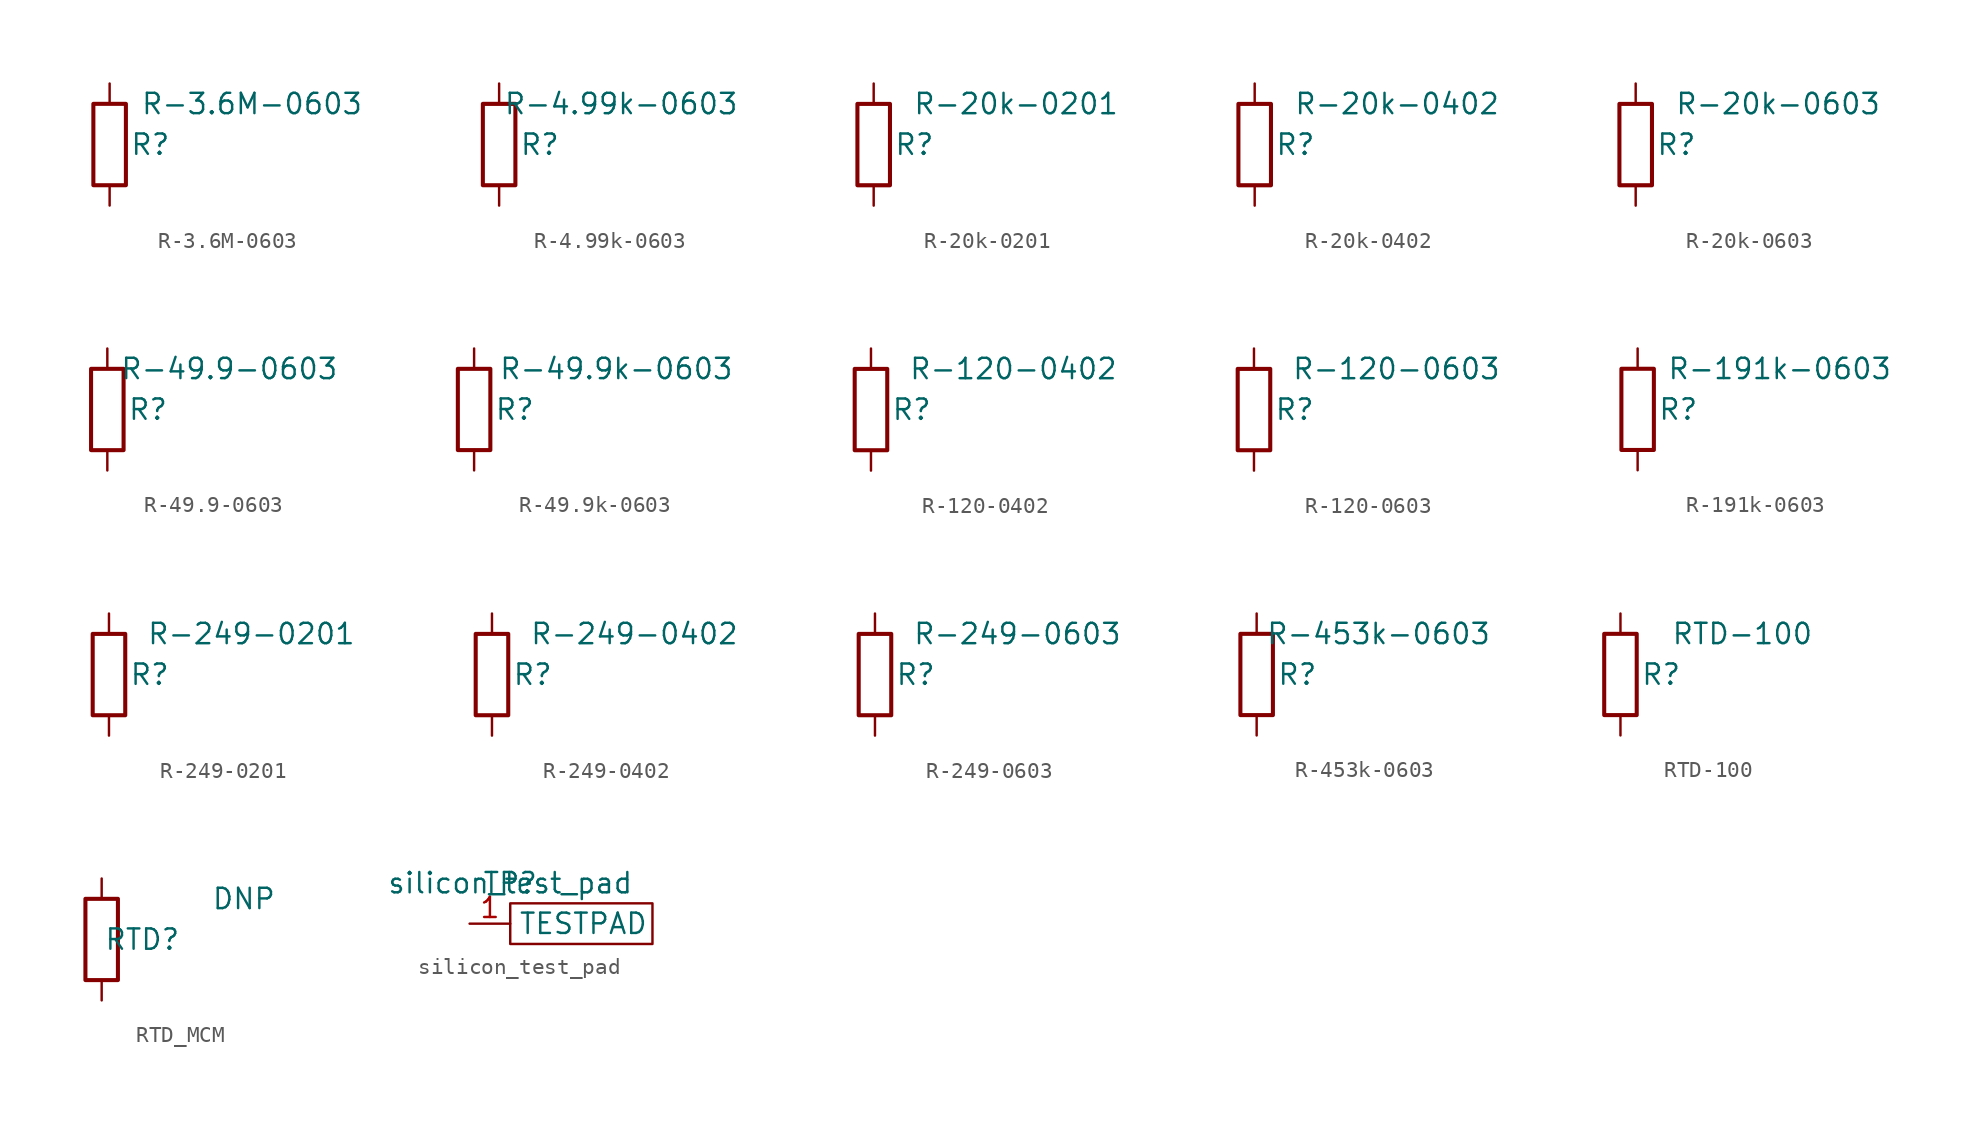
<source format=kicad_sym>
(kicad_symbol_lib
  (version 20220914)
  (generator kicad_symbol_editor)
  (symbol "R-3.6M-0603"
    (pin_numbers hide)
    (pin_names
      (offset 0))
    (property "Reference" "R"
      (at 2.54 0 0)
      (effects (font (size 1.27 1.27))))
    (property "Value" "R-3.6M-0603"
      (at 8.89 2.54 0)
      (effects (font (size 1.27 1.27))))
    (symbol "R-3.6M-0603_0_1"
      (rectangle (start -1.016 -2.54) (end 1.016 2.54) (stroke (width 0.254) (type default)) (fill (type none))))
    (symbol "R-3.6M-0603_1_1"
      (pin passive line (at 0 3.81 270) (length 1.27) (name "~" (effects (font (size 1.27 1.27)))) (number "1" (effects (font (size 1.27 1.27)))))
      (pin passive line (at 0 -3.81 90) (length 1.27) (name "~" (effects (font (size 1.27 1.27)))) (number "2" (effects (font (size 1.27 1.27)))))))
  (symbol "R-4.99k-0603"
    (pin_numbers hide)
    (pin_names
      (offset 0))
    (property "Reference" "R"
      (at 2.54 0 0)
      (effects (font (size 1.27 1.27))))
    (property "Value" "R-4.99k-0603"
      (at 7.62 2.54 0)
      (effects (font (size 1.27 1.27))))
    (symbol "R-4.99k-0603_0_1"
      (rectangle (start -1.016 -2.54) (end 1.016 2.54) (stroke (width 0.254) (type default)) (fill (type none))))
    (symbol "R-4.99k-0603_1_1"
      (pin passive line (at 0 3.81 270) (length 1.27) (name "~" (effects (font (size 1.27 1.27)))) (number "1" (effects (font (size 1.27 1.27)))))
      (pin passive line (at 0 -3.81 90) (length 1.27) (name "~" (effects (font (size 1.27 1.27)))) (number "2" (effects (font (size 1.27 1.27)))))))
  (symbol "R-20k-0201"
    (pin_numbers hide)
    (pin_names
      (offset 0))
    (property "Reference" "R"
      (at 2.54 0 0)
      (effects (font (size 1.27 1.27))))
    (property "Value" "R-20k-0201"
      (at 8.89 2.54 0)
      (effects (font (size 1.27 1.27))))
    (symbol "R-20k-0201_0_1"
      (rectangle (start -1.016 -2.54) (end 1.016 2.54) (stroke (width 0.254) (type default)) (fill (type none))))
    (symbol "R-20k-0201_1_1"
      (pin passive line (at 0 3.81 270) (length 1.27) (name "~" (effects (font (size 1.27 1.27)))) (number "1" (effects (font (size 1.27 1.27)))))
      (pin passive line (at 0 -3.81 90) (length 1.27) (name "~" (effects (font (size 1.27 1.27)))) (number "2" (effects (font (size 1.27 1.27)))))))
  (symbol "R-20k-0402"
    (pin_numbers hide)
    (pin_names
      (offset 0))
    (property "Reference" "R"
      (at 2.54 0 0)
      (effects (font (size 1.27 1.27))))
    (property "Value" "R-20k-0402"
      (at 8.89 2.54 0)
      (effects (font (size 1.27 1.27))))
    (symbol "R-20k-0402_0_1"
      (rectangle (start -1.016 -2.54) (end 1.016 2.54) (stroke (width 0.254) (type default)) (fill (type none))))
    (symbol "R-20k-0402_1_1"
      (pin passive line (at 0 3.81 270) (length 1.27) (name "~" (effects (font (size 1.27 1.27)))) (number "1" (effects (font (size 1.27 1.27)))))
      (pin passive line (at 0 -3.81 90) (length 1.27) (name "~" (effects (font (size 1.27 1.27)))) (number "2" (effects (font (size 1.27 1.27)))))))
  (symbol "R-20k-0603"
    (pin_numbers hide)
    (pin_names
      (offset 0))
    (property "Reference" "R"
      (at 2.54 0 0)
      (effects (font (size 1.27 1.27))))
    (property "Value" "R-20k-0603"
      (at 8.89 2.54 0)
      (effects (font (size 1.27 1.27))))
    (symbol "R-20k-0603_0_1"
      (rectangle (start -1.016 -2.54) (end 1.016 2.54) (stroke (width 0.254) (type default)) (fill (type none))))
    (symbol "R-20k-0603_1_1"
      (pin passive line (at 0 3.81 270) (length 1.27) (name "~" (effects (font (size 1.27 1.27)))) (number "1" (effects (font (size 1.27 1.27)))))
      (pin passive line (at 0 -3.81 90) (length 1.27) (name "~" (effects (font (size 1.27 1.27)))) (number "2" (effects (font (size 1.27 1.27)))))))
  (symbol "R-49.9-0603"
    (pin_numbers hide)
    (pin_names
      (offset 0))
    (property "Reference" "R"
      (at 2.54 0 0)
      (effects (font (size 1.27 1.27))))
    (property "Value" "R-49.9-0603"
      (at 7.62 2.54 0)
      (effects (font (size 1.27 1.27))))
    (symbol "R-49.9-0603_0_1"
      (rectangle (start -1.016 -2.54) (end 1.016 2.54) (stroke (width 0.254) (type default)) (fill (type none))))
    (symbol "R-49.9-0603_1_1"
      (pin passive line (at 0 3.81 270) (length 1.27) (name "~" (effects (font (size 1.27 1.27)))) (number "1" (effects (font (size 1.27 1.27)))))
      (pin passive line (at 0 -3.81 90) (length 1.27) (name "~" (effects (font (size 1.27 1.27)))) (number "2" (effects (font (size 1.27 1.27)))))))
  (symbol "R-49.9k-0603"
    (pin_numbers hide)
    (pin_names
      (offset 0))
    (property "Reference" "R"
      (at 2.54 0 0)
      (effects (font (size 1.27 1.27))))
    (property "Value" "R-49.9k-0603"
      (at 8.89 2.54 0)
      (effects (font (size 1.27 1.27))))
    (symbol "R-49.9k-0603_0_1"
      (rectangle (start -1.016 -2.54) (end 1.016 2.54) (stroke (width 0.254) (type default)) (fill (type none))))
    (symbol "R-49.9k-0603_1_1"
      (pin passive line (at 0 3.81 270) (length 1.27) (name "~" (effects (font (size 1.27 1.27)))) (number "1" (effects (font (size 1.27 1.27)))))
      (pin passive line (at 0 -3.81 90) (length 1.27) (name "~" (effects (font (size 1.27 1.27)))) (number "2" (effects (font (size 1.27 1.27)))))))
  (symbol "R-120-0402"
    (pin_numbers hide)
    (pin_names
      (offset 0))
    (property "Reference" "R"
      (at 2.54 0 0)
      (effects (font (size 1.27 1.27))))
    (property "Value" "R-120-0402"
      (at 8.89 2.54 0)
      (effects (font (size 1.27 1.27))))
    (symbol "R-120-0402_0_1"
      (rectangle (start -1.016 -2.54) (end 1.016 2.54) (stroke (width 0.254) (type default)) (fill (type none))))
    (symbol "R-120-0402_1_1"
      (pin passive line (at 0 3.81 270) (length 1.27) (name "~" (effects (font (size 1.27 1.27)))) (number "1" (effects (font (size 1.27 1.27)))))
      (pin passive line (at 0 -3.81 90) (length 1.27) (name "~" (effects (font (size 1.27 1.27)))) (number "2" (effects (font (size 1.27 1.27)))))))
  (symbol "R-120-0603"
    (pin_numbers hide)
    (pin_names
      (offset 0))
    (property "Reference" "R"
      (at 2.54 0 0)
      (effects (font (size 1.27 1.27))))
    (property "Value" "R-120-0603"
      (at 8.89 2.54 0)
      (effects (font (size 1.27 1.27))))
    (symbol "R-120-0603_0_1"
      (rectangle (start -1.016 -2.54) (end 1.016 2.54) (stroke (width 0.254) (type default)) (fill (type none))))
    (symbol "R-120-0603_1_1"
      (pin passive line (at 0 3.81 270) (length 1.27) (name "~" (effects (font (size 1.27 1.27)))) (number "1" (effects (font (size 1.27 1.27)))))
      (pin passive line (at 0 -3.81 90) (length 1.27) (name "~" (effects (font (size 1.27 1.27)))) (number "2" (effects (font (size 1.27 1.27)))))))
  (symbol "R-191k-0603"
    (pin_numbers hide)
    (pin_names
      (offset 0))
    (property "Reference" "R"
      (at 2.54 0 0)
      (effects (font (size 1.27 1.27))))
    (property "Value" "R-191k-0603"
      (at 8.89 2.54 0)
      (effects (font (size 1.27 1.27))))
    (symbol "R-191k-0603_0_1"
      (rectangle (start -1.016 -2.54) (end 1.016 2.54) (stroke (width 0.254) (type default)) (fill (type none))))
    (symbol "R-191k-0603_1_1"
      (pin passive line (at 0 3.81 270) (length 1.27) (name "~" (effects (font (size 1.27 1.27)))) (number "1" (effects (font (size 1.27 1.27)))))
      (pin passive line (at 0 -3.81 90) (length 1.27) (name "~" (effects (font (size 1.27 1.27)))) (number "2" (effects (font (size 1.27 1.27)))))))
  (symbol "R-249-0201"
    (pin_numbers hide)
    (pin_names
      (offset 0))
    (property "Reference" "R"
      (at 2.54 0 0)
      (effects (font (size 1.27 1.27))))
    (property "Value" "R-249-0201"
      (at 8.89 2.54 0)
      (effects (font (size 1.27 1.27))))
    (symbol "R-249-0201_0_1"
      (rectangle (start -1.016 -2.54) (end 1.016 2.54) (stroke (width 0.254) (type default)) (fill (type none))))
    (symbol "R-249-0201_1_1"
      (pin passive line (at 0 3.81 270) (length 1.27) (name "~" (effects (font (size 1.27 1.27)))) (number "1" (effects (font (size 1.27 1.27)))))
      (pin passive line (at 0 -3.81 90) (length 1.27) (name "~" (effects (font (size 1.27 1.27)))) (number "2" (effects (font (size 1.27 1.27)))))))
  (symbol "R-249-0402"
    (pin_numbers hide)
    (pin_names
      (offset 0))
    (property "Reference" "R"
      (at 2.54 0 0)
      (effects (font (size 1.27 1.27))))
    (property "Value" "R-249-0402"
      (at 8.89 2.54 0)
      (effects (font (size 1.27 1.27))))
    (symbol "R-249-0402_0_1"
      (rectangle (start -1.016 -2.54) (end 1.016 2.54) (stroke (width 0.254) (type default)) (fill (type none))))
    (symbol "R-249-0402_1_1"
      (pin passive line (at 0 3.81 270) (length 1.27) (name "~" (effects (font (size 1.27 1.27)))) (number "1" (effects (font (size 1.27 1.27)))))
      (pin passive line (at 0 -3.81 90) (length 1.27) (name "~" (effects (font (size 1.27 1.27)))) (number "2" (effects (font (size 1.27 1.27)))))))
  (symbol "R-249-0603"
    (pin_numbers hide)
    (pin_names
      (offset 0))
    (property "Reference" "R"
      (at 2.54 0 0)
      (effects (font (size 1.27 1.27))))
    (property "Value" "R-249-0603"
      (at 8.89 2.54 0)
      (effects (font (size 1.27 1.27))))
    (symbol "R-249-0603_0_1"
      (rectangle (start -1.016 -2.54) (end 1.016 2.54) (stroke (width 0.254) (type default)) (fill (type none))))
    (symbol "R-249-0603_1_1"
      (pin passive line (at 0 3.81 270) (length 1.27) (name "~" (effects (font (size 1.27 1.27)))) (number "1" (effects (font (size 1.27 1.27)))))
      (pin passive line (at 0 -3.81 90) (length 1.27) (name "~" (effects (font (size 1.27 1.27)))) (number "2" (effects (font (size 1.27 1.27)))))))
  (symbol "R-453k-0603"
    (pin_numbers hide)
    (pin_names
      (offset 0))
    (property "Reference" "R"
      (at 2.54 0 0)
      (effects (font (size 1.27 1.27))))
    (property "Value" "R-453k-0603"
      (at 7.62 2.54 0)
      (effects (font (size 1.27 1.27))))
    (symbol "R-453k-0603_0_1"
      (rectangle (start -1.016 -2.54) (end 1.016 2.54) (stroke (width 0.254) (type default)) (fill (type none))))
    (symbol "R-453k-0603_1_1"
      (pin passive line (at 0 3.81 270) (length 1.27) (name "~" (effects (font (size 1.27 1.27)))) (number "1" (effects (font (size 1.27 1.27)))))
      (pin passive line (at 0 -3.81 90) (length 1.27) (name "~" (effects (font (size 1.27 1.27)))) (number "2" (effects (font (size 1.27 1.27)))))))
  (symbol "RTD-100"
    (pin_numbers hide)
    (pin_names
      (offset 0))
    (property "Reference" "R"
      (at 2.54 0 0)
      (effects (font (size 1.27 1.27))))
    (property "Value" "RTD-100"
      (at 7.62 2.54 0)
      (effects (font (size 1.27 1.27))))
    (symbol "RTD-100_0_1"
      (rectangle (start -1.016 -2.54) (end 1.016 2.54) (stroke (width 0.254) (type default)) (fill (type none))))
    (symbol "RTD-100_1_1"
      (pin passive line (at 0 3.81 270) (length 1.27) (name "~" (effects (font (size 1.27 1.27)))) (number "1" (effects (font (size 1.27 1.27)))))
      (pin passive line (at 0 -3.81 90) (length 1.27) (name "~" (effects (font (size 1.27 1.27)))) (number "2" (effects (font (size 1.27 1.27)))))))
  (symbol "RTD_MCM"
    (pin_numbers hide)
    (pin_names
      (offset 0))
    (property "Reference" "RTD"
      (at 2.54 0 0)
      (effects (font (size 1.27 1.27))))
    (property "Value" "DNP"
      (at 8.89 2.54 0)
      (effects (font (size 1.27 1.27))))
    (symbol "RTD_MCM_0_1"
      (rectangle (start -1.016 -2.54) (end 1.016 2.54) (stroke (width 0.254) (type default)) (fill (type none))))
    (symbol "RTD_MCM_1_1"
      (pin passive line (at 0 3.81 270) (length 1.27) (name "~" (effects (font (size 1.27 1.27)))) (number "1" (effects (font (size 1.27 1.27)))))
      (pin passive line (at 0 -3.81 90) (length 1.27) (name "~" (effects (font (size 1.27 1.27)))) (number "2" (effects (font (size 1.27 1.27)))))))
  (symbol "silicon_test_pad"
    (property "Reference" "TP"
      (at 0 0 0)
      (effects (font (size 1.27 1.27))))
    (property "Value" "silicon_test_pad"
      (at 0 0 0)
      (effects (font (size 1.27 1.27))))
    (symbol "silicon_test_pad_0_1"
      (rectangle (start 0 -1.27) (end 8.89 -3.81) (stroke (width 0) (type default)) (fill (type none))))
    (symbol "silicon_test_pad_1_1"
      (pin passive line (at -2.54 -2.54 0) (length 2.54) (name "TESTPAD" (effects (font (size 1.27 1.27)))) (number "1" (effects (font (size 1.27 1.27))))))))
</source>
